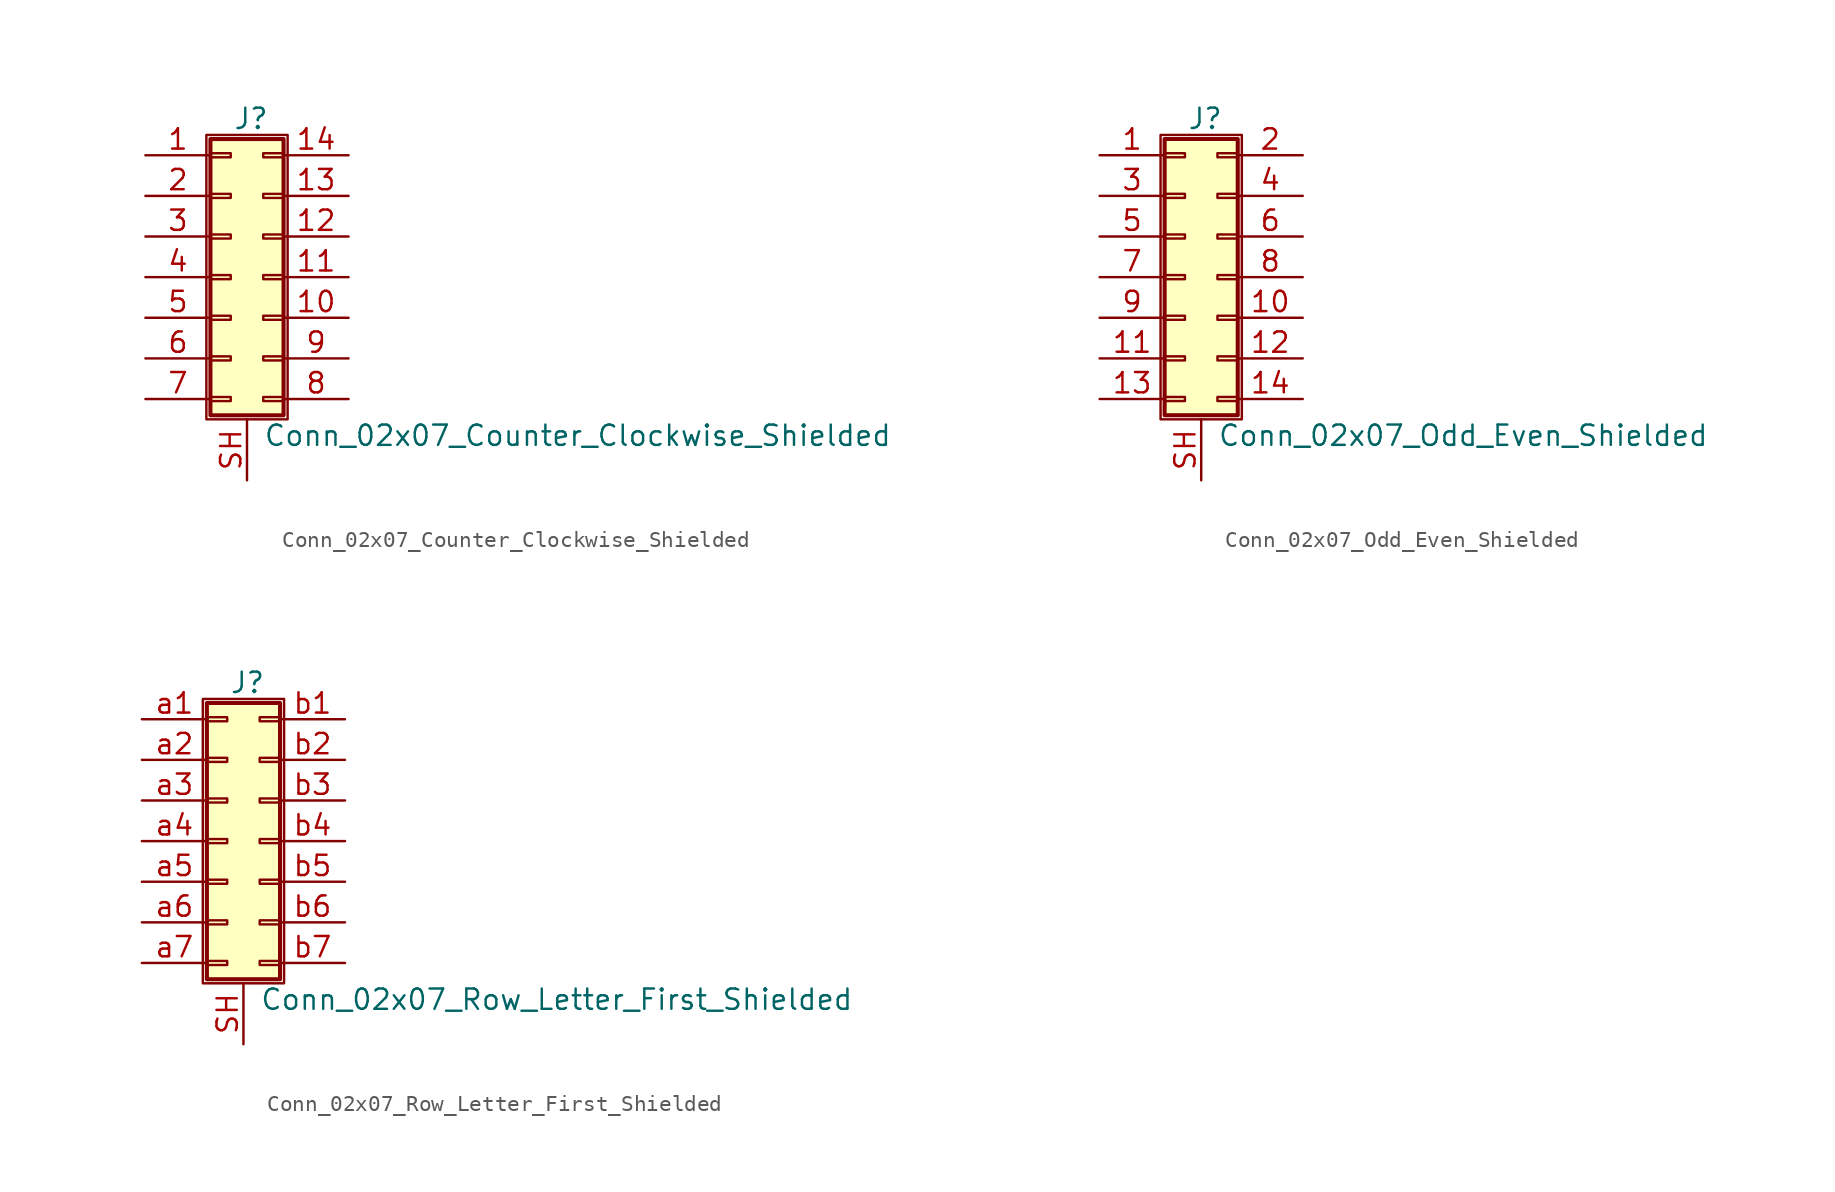
<source format=kicad_sym>
(kicad_symbol_lib
  (version 20201005)
  (generator kicad_symbol_editor)
  (symbol "Connector_Generic_Shielded:Conn_02x07_Counter_Clockwise_Shielded"
    (pin_names
      (offset 1.016) hide)
    (property "Reference" "J"
      (at 1.524 9.906 0)
      (effects (font (size 1.27 1.27))))
    (property "Value" "Conn_02x07_Counter_Clockwise_Shielded"
      (at 2.286 -9.906 0)
      (effects (font (size 1.27 1.27)) (justify left)))
    (symbol "Conn_02x07_Counter_Clockwise_Shielded_1_1"
      (rectangle (start -1.016 -4.953) (end 0.254 -5.207) (stroke (width 0.152)) (fill (type none)))
      (rectangle (start -1.016 -7.493) (end 0.254 -7.747) (stroke (width 0.152)) (fill (type none)))
      (rectangle (start -1.016 -2.413) (end 0.254 -2.667) (stroke (width 0.152)) (fill (type none)))
      (rectangle (start -1.016 2.667) (end 0.254 2.413) (stroke (width 0.152)) (fill (type none)))
      (rectangle (start -1.016 5.207) (end 0.254 4.953) (stroke (width 0.152)) (fill (type none)))
      (rectangle (start -1.016 7.747) (end 0.254 7.493) (stroke (width 0.152)) (fill (type none)))
      (rectangle (start -1.016 8.636) (end 3.556 -8.636) (stroke (width 0.254)) (fill (type background)))
      (rectangle (start -1.016 0.127) (end 0.254 -0.127) (stroke (width 0.152)) (fill (type none)))
      (rectangle (start -1.27 8.89) (end 3.81 -8.89) (stroke (width 0.152)) (fill (type none)))
      (rectangle (start 3.556 -4.953) (end 2.286 -5.207) (stroke (width 0.152)) (fill (type none)))
      (rectangle (start 3.556 -7.493) (end 2.286 -7.747) (stroke (width 0.152)) (fill (type none)))
      (rectangle (start 3.556 -2.413) (end 2.286 -2.667) (stroke (width 0.152)) (fill (type none)))
      (rectangle (start 3.556 2.667) (end 2.286 2.413) (stroke (width 0.152)) (fill (type none)))
      (rectangle (start 3.556 5.207) (end 2.286 4.953) (stroke (width 0.152)) (fill (type none)))
      (rectangle (start 3.556 7.747) (end 2.286 7.493) (stroke (width 0.152)) (fill (type none)))
      (rectangle (start 3.556 0.127) (end 2.286 -0.127) (stroke (width 0.152)) (fill (type none)))
      (pin passive line (at -5.08 7.62 0) (length 4.064) (name "Pin_1" (effects (font (size 1.27 1.27)))) (number "1" (effects (font (size 1.27 1.27)))))
      (pin passive line (at 7.62 -2.54 180) (length 4.064) (name "Pin_10" (effects (font (size 1.27 1.27)))) (number "10" (effects (font (size 1.27 1.27)))))
      (pin passive line (at 7.62 0 180) (length 4.064) (name "Pin_11" (effects (font (size 1.27 1.27)))) (number "11" (effects (font (size 1.27 1.27)))))
      (pin passive line (at 7.62 2.54 180) (length 4.064) (name "Pin_12" (effects (font (size 1.27 1.27)))) (number "12" (effects (font (size 1.27 1.27)))))
      (pin passive line (at 7.62 5.08 180) (length 4.064) (name "Pin_13" (effects (font (size 1.27 1.27)))) (number "13" (effects (font (size 1.27 1.27)))))
      (pin passive line (at 7.62 7.62 180) (length 4.064) (name "Pin_14" (effects (font (size 1.27 1.27)))) (number "14" (effects (font (size 1.27 1.27)))))
      (pin passive line (at -5.08 5.08 0) (length 4.064) (name "Pin_2" (effects (font (size 1.27 1.27)))) (number "2" (effects (font (size 1.27 1.27)))))
      (pin passive line (at -5.08 2.54 0) (length 4.064) (name "Pin_3" (effects (font (size 1.27 1.27)))) (number "3" (effects (font (size 1.27 1.27)))))
      (pin passive line (at -5.08 0 0) (length 4.064) (name "Pin_4" (effects (font (size 1.27 1.27)))) (number "4" (effects (font (size 1.27 1.27)))))
      (pin passive line (at -5.08 -2.54 0) (length 4.064) (name "Pin_5" (effects (font (size 1.27 1.27)))) (number "5" (effects (font (size 1.27 1.27)))))
      (pin passive line (at -5.08 -5.08 0) (length 4.064) (name "Pin_6" (effects (font (size 1.27 1.27)))) (number "6" (effects (font (size 1.27 1.27)))))
      (pin passive line (at -5.08 -7.62 0) (length 4.064) (name "Pin_7" (effects (font (size 1.27 1.27)))) (number "7" (effects (font (size 1.27 1.27)))))
      (pin passive line (at 7.62 -7.62 180) (length 4.064) (name "Pin_8" (effects (font (size 1.27 1.27)))) (number "8" (effects (font (size 1.27 1.27)))))
      (pin passive line (at 7.62 -5.08 180) (length 4.064) (name "Pin_9" (effects (font (size 1.27 1.27)))) (number "9" (effects (font (size 1.27 1.27)))))
      (pin passive line (at 1.27 -12.7 90) (length 3.81) (name "Shield" (effects (font (size 1.27 1.27)))) (number "SH" (effects (font (size 1.27 1.27)))))))
  (symbol "Connector_Generic_Shielded:Conn_02x07_Odd_Even_Shielded"
    (pin_names
      (offset 1.016) hide)
    (property "Reference" "J"
      (at 1.524 9.906 0)
      (effects (font (size 1.27 1.27))))
    (property "Value" "Conn_02x07_Odd_Even_Shielded"
      (at 2.286 -9.906 0)
      (effects (font (size 1.27 1.27)) (justify left)))
    (symbol "Conn_02x07_Odd_Even_Shielded_1_1"
      (rectangle (start -1.016 -4.953) (end 0.254 -5.207) (stroke (width 0.152)) (fill (type none)))
      (rectangle (start -1.016 -7.493) (end 0.254 -7.747) (stroke (width 0.152)) (fill (type none)))
      (rectangle (start -1.016 -2.413) (end 0.254 -2.667) (stroke (width 0.152)) (fill (type none)))
      (rectangle (start -1.016 2.667) (end 0.254 2.413) (stroke (width 0.152)) (fill (type none)))
      (rectangle (start -1.016 5.207) (end 0.254 4.953) (stroke (width 0.152)) (fill (type none)))
      (rectangle (start -1.016 7.747) (end 0.254 7.493) (stroke (width 0.152)) (fill (type none)))
      (rectangle (start -1.016 8.636) (end 3.556 -8.636) (stroke (width 0.254)) (fill (type background)))
      (rectangle (start -1.016 0.127) (end 0.254 -0.127) (stroke (width 0.152)) (fill (type none)))
      (rectangle (start -1.27 8.89) (end 3.81 -8.89) (stroke (width 0.152)) (fill (type none)))
      (rectangle (start 3.556 -4.953) (end 2.286 -5.207) (stroke (width 0.152)) (fill (type none)))
      (rectangle (start 3.556 -7.493) (end 2.286 -7.747) (stroke (width 0.152)) (fill (type none)))
      (rectangle (start 3.556 -2.413) (end 2.286 -2.667) (stroke (width 0.152)) (fill (type none)))
      (rectangle (start 3.556 2.667) (end 2.286 2.413) (stroke (width 0.152)) (fill (type none)))
      (rectangle (start 3.556 5.207) (end 2.286 4.953) (stroke (width 0.152)) (fill (type none)))
      (rectangle (start 3.556 7.747) (end 2.286 7.493) (stroke (width 0.152)) (fill (type none)))
      (rectangle (start 3.556 0.127) (end 2.286 -0.127) (stroke (width 0.152)) (fill (type none)))
      (pin passive line (at -5.08 7.62 0) (length 4.064) (name "Pin_1" (effects (font (size 1.27 1.27)))) (number "1" (effects (font (size 1.27 1.27)))))
      (pin passive line (at 7.62 -2.54 180) (length 4.064) (name "Pin_10" (effects (font (size 1.27 1.27)))) (number "10" (effects (font (size 1.27 1.27)))))
      (pin passive line (at -5.08 -5.08 0) (length 4.064) (name "Pin_11" (effects (font (size 1.27 1.27)))) (number "11" (effects (font (size 1.27 1.27)))))
      (pin passive line (at 7.62 -5.08 180) (length 4.064) (name "Pin_12" (effects (font (size 1.27 1.27)))) (number "12" (effects (font (size 1.27 1.27)))))
      (pin passive line (at -5.08 -7.62 0) (length 4.064) (name "Pin_13" (effects (font (size 1.27 1.27)))) (number "13" (effects (font (size 1.27 1.27)))))
      (pin passive line (at 7.62 -7.62 180) (length 4.064) (name "Pin_14" (effects (font (size 1.27 1.27)))) (number "14" (effects (font (size 1.27 1.27)))))
      (pin passive line (at 7.62 7.62 180) (length 4.064) (name "Pin_2" (effects (font (size 1.27 1.27)))) (number "2" (effects (font (size 1.27 1.27)))))
      (pin passive line (at -5.08 5.08 0) (length 4.064) (name "Pin_3" (effects (font (size 1.27 1.27)))) (number "3" (effects (font (size 1.27 1.27)))))
      (pin passive line (at 7.62 5.08 180) (length 4.064) (name "Pin_4" (effects (font (size 1.27 1.27)))) (number "4" (effects (font (size 1.27 1.27)))))
      (pin passive line (at -5.08 2.54 0) (length 4.064) (name "Pin_5" (effects (font (size 1.27 1.27)))) (number "5" (effects (font (size 1.27 1.27)))))
      (pin passive line (at 7.62 2.54 180) (length 4.064) (name "Pin_6" (effects (font (size 1.27 1.27)))) (number "6" (effects (font (size 1.27 1.27)))))
      (pin passive line (at -5.08 0 0) (length 4.064) (name "Pin_7" (effects (font (size 1.27 1.27)))) (number "7" (effects (font (size 1.27 1.27)))))
      (pin passive line (at 7.62 0 180) (length 4.064) (name "Pin_8" (effects (font (size 1.27 1.27)))) (number "8" (effects (font (size 1.27 1.27)))))
      (pin passive line (at -5.08 -2.54 0) (length 4.064) (name "Pin_9" (effects (font (size 1.27 1.27)))) (number "9" (effects (font (size 1.27 1.27)))))
      (pin passive line (at 1.27 -12.7 90) (length 3.81) (name "Shield" (effects (font (size 1.27 1.27)))) (number "SH" (effects (font (size 1.27 1.27)))))))
  (symbol "Connector_Generic_Shielded:Conn_02x07_Row_Letter_First_Shielded"
    (pin_names
      (offset 1.016) hide)
    (property "Reference" "J"
      (at 1.524 9.906 0)
      (effects (font (size 1.27 1.27))))
    (property "Value" "Conn_02x07_Row_Letter_First_Shielded"
      (at 2.286 -9.906 0)
      (effects (font (size 1.27 1.27)) (justify left)))
    (symbol "Conn_02x07_Row_Letter_First_Shielded_1_1"
      (rectangle (start -1.016 -4.953) (end 0.254 -5.207) (stroke (width 0.152)) (fill (type none)))
      (rectangle (start -1.016 -7.493) (end 0.254 -7.747) (stroke (width 0.152)) (fill (type none)))
      (rectangle (start -1.016 -2.413) (end 0.254 -2.667) (stroke (width 0.152)) (fill (type none)))
      (rectangle (start -1.016 2.667) (end 0.254 2.413) (stroke (width 0.152)) (fill (type none)))
      (rectangle (start -1.016 5.207) (end 0.254 4.953) (stroke (width 0.152)) (fill (type none)))
      (rectangle (start -1.016 7.747) (end 0.254 7.493) (stroke (width 0.152)) (fill (type none)))
      (rectangle (start -1.016 8.636) (end 3.556 -8.636) (stroke (width 0.254)) (fill (type background)))
      (rectangle (start -1.016 0.127) (end 0.254 -0.127) (stroke (width 0.152)) (fill (type none)))
      (rectangle (start -1.27 8.89) (end 3.81 -8.89) (stroke (width 0.152)) (fill (type none)))
      (rectangle (start 3.556 -4.953) (end 2.286 -5.207) (stroke (width 0.152)) (fill (type none)))
      (rectangle (start 3.556 -7.493) (end 2.286 -7.747) (stroke (width 0.152)) (fill (type none)))
      (rectangle (start 3.556 -2.413) (end 2.286 -2.667) (stroke (width 0.152)) (fill (type none)))
      (rectangle (start 3.556 2.667) (end 2.286 2.413) (stroke (width 0.152)) (fill (type none)))
      (rectangle (start 3.556 5.207) (end 2.286 4.953) (stroke (width 0.152)) (fill (type none)))
      (rectangle (start 3.556 7.747) (end 2.286 7.493) (stroke (width 0.152)) (fill (type none)))
      (rectangle (start 3.556 0.127) (end 2.286 -0.127) (stroke (width 0.152)) (fill (type none)))
      (pin passive line (at -5.08 7.62 0) (length 4.064) (name "Pin_a1" (effects (font (size 1.27 1.27)))) (number "a1" (effects (font (size 1.27 1.27)))))
      (pin passive line (at -5.08 5.08 0) (length 4.064) (name "Pin_a2" (effects (font (size 1.27 1.27)))) (number "a2" (effects (font (size 1.27 1.27)))))
      (pin passive line (at -5.08 2.54 0) (length 4.064) (name "Pin_a3" (effects (font (size 1.27 1.27)))) (number "a3" (effects (font (size 1.27 1.27)))))
      (pin passive line (at -5.08 0 0) (length 4.064) (name "Pin_a4" (effects (font (size 1.27 1.27)))) (number "a4" (effects (font (size 1.27 1.27)))))
      (pin passive line (at -5.08 -2.54 0) (length 4.064) (name "Pin_a5" (effects (font (size 1.27 1.27)))) (number "a5" (effects (font (size 1.27 1.27)))))
      (pin passive line (at -5.08 -5.08 0) (length 4.064) (name "Pin_a6" (effects (font (size 1.27 1.27)))) (number "a6" (effects (font (size 1.27 1.27)))))
      (pin passive line (at -5.08 -7.62 0) (length 4.064) (name "Pin_a7" (effects (font (size 1.27 1.27)))) (number "a7" (effects (font (size 1.27 1.27)))))
      (pin passive line (at 7.62 7.62 180) (length 4.064) (name "Pin_b1" (effects (font (size 1.27 1.27)))) (number "b1" (effects (font (size 1.27 1.27)))))
      (pin passive line (at 7.62 5.08 180) (length 4.064) (name "Pin_b2" (effects (font (size 1.27 1.27)))) (number "b2" (effects (font (size 1.27 1.27)))))
      (pin passive line (at 7.62 2.54 180) (length 4.064) (name "Pin_b3" (effects (font (size 1.27 1.27)))) (number "b3" (effects (font (size 1.27 1.27)))))
      (pin passive line (at 7.62 0 180) (length 4.064) (name "Pin_b4" (effects (font (size 1.27 1.27)))) (number "b4" (effects (font (size 1.27 1.27)))))
      (pin passive line (at 7.62 -2.54 180) (length 4.064) (name "Pin_b5" (effects (font (size 1.27 1.27)))) (number "b5" (effects (font (size 1.27 1.27)))))
      (pin passive line (at 7.62 -5.08 180) (length 4.064) (name "Pin_b6" (effects (font (size 1.27 1.27)))) (number "b6" (effects (font (size 1.27 1.27)))))
      (pin passive line (at 7.62 -7.62 180) (length 4.064) (name "Pin_b7" (effects (font (size 1.27 1.27)))) (number "b7" (effects (font (size 1.27 1.27)))))
      (pin passive line (at 1.27 -12.7 90) (length 3.81) (name "Shield" (effects (font (size 1.27 1.27)))) (number "SH" (effects (font (size 1.27 1.27))))))))
</source>
